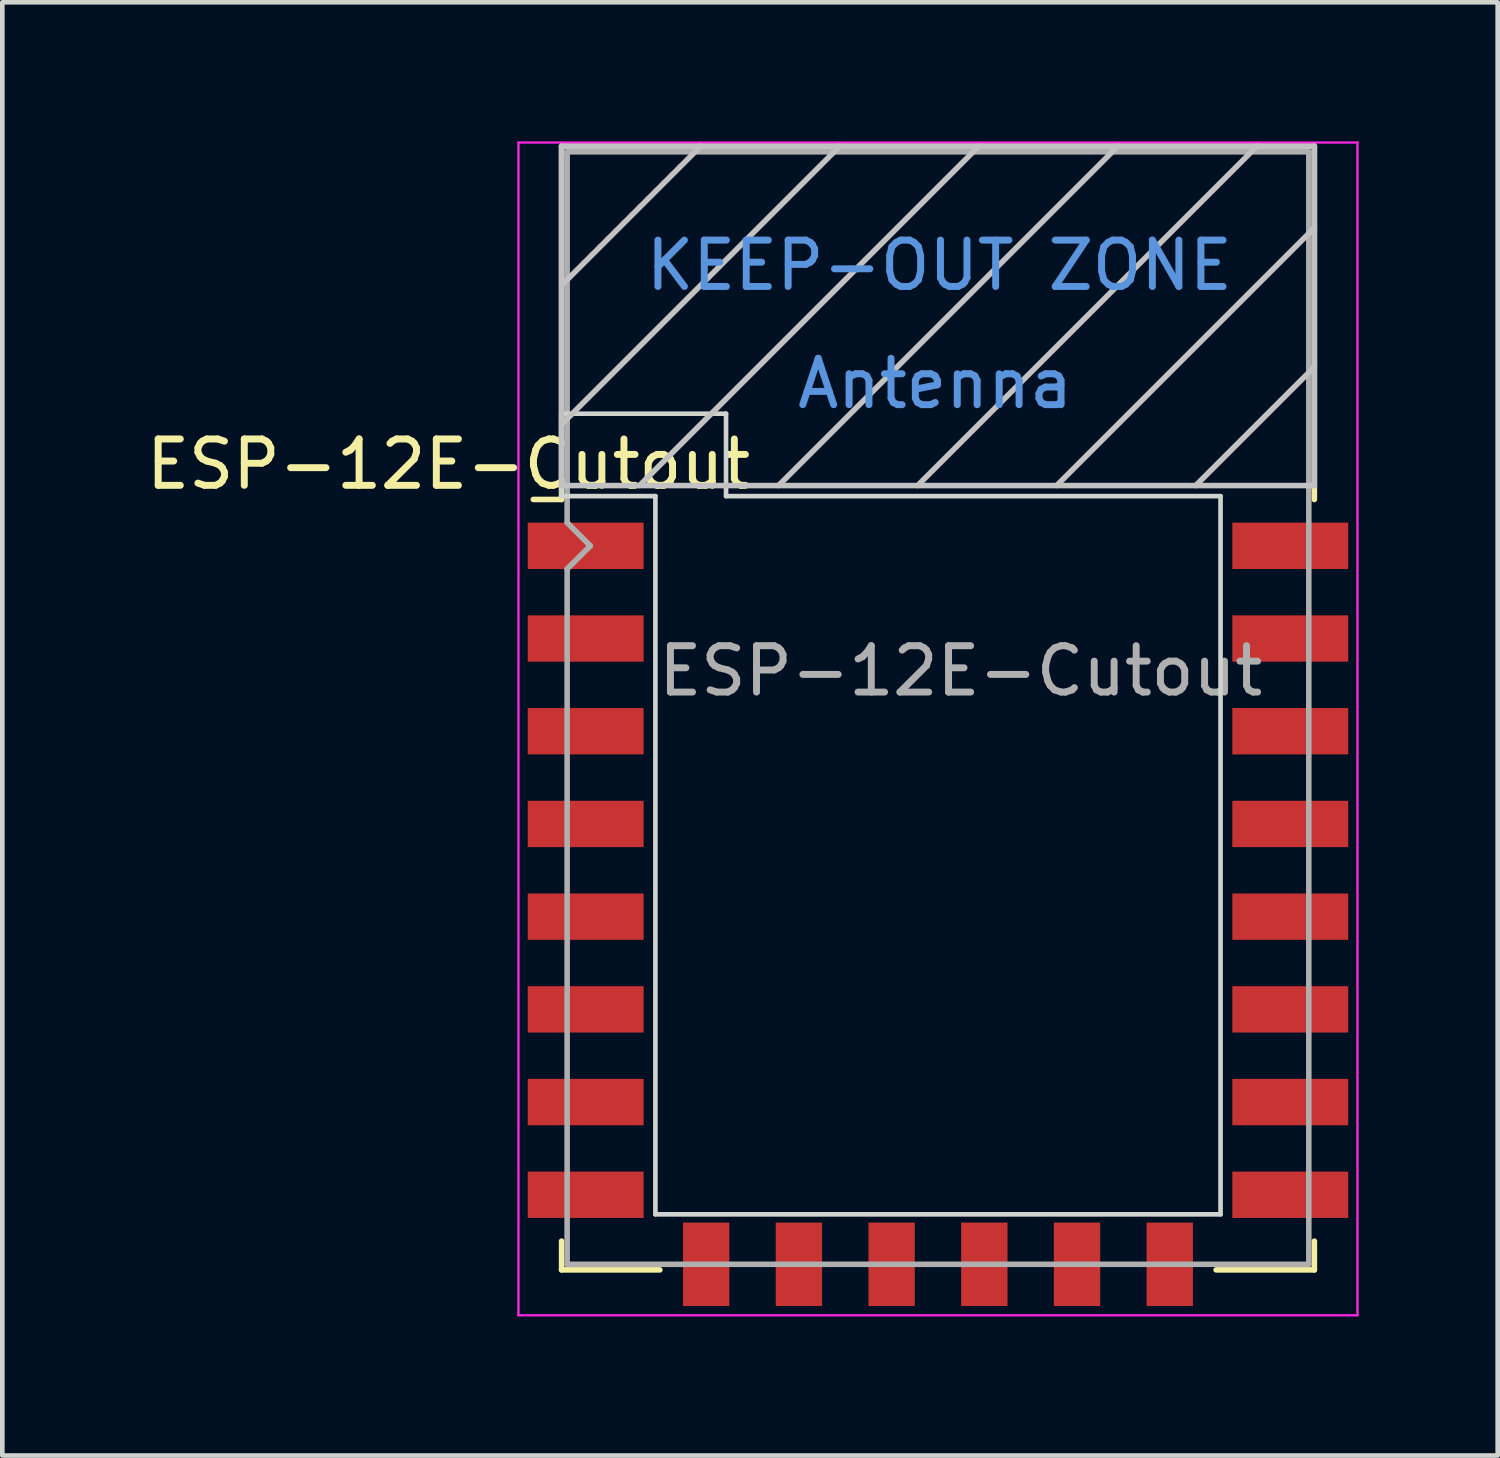
<source format=kicad_pcb>
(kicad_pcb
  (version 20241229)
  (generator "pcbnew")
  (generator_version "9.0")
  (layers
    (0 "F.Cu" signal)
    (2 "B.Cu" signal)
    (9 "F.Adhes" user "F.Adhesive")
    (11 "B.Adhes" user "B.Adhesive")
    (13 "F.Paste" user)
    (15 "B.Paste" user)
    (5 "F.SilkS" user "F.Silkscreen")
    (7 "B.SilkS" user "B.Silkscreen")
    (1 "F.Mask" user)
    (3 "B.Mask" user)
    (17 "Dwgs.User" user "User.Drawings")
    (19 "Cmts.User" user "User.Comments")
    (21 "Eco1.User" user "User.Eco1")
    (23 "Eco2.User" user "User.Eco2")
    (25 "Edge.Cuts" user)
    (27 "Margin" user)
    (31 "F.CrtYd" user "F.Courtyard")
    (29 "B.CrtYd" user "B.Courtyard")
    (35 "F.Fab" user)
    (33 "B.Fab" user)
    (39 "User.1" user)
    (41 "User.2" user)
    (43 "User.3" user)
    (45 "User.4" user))
  (footprint "ESP-12E-Cutout"
    (layer "F.Cu")
    (at 17.185 12.225)
    (property "Reference" "ESP-12E-Cutout" (at -10.56 -5.26 0) (layer "F.SilkS") (effects (font (size 1 1) (thickness 0.15))))
    (attr smd)
    (fp_line (start -8.12 -12.12) (end 8.12 -12.12) (stroke (width 0.12) (type solid)) (layer "F.SilkS"))
    (fp_line (start -8.12 -4.5) (end -8.73 -4.5) (stroke (width 0.12) (type solid)) (layer "F.SilkS"))
    (fp_line (start -8.12 -4.5) (end -8.12 -12.12) (stroke (width 0.12) (type solid)) (layer "F.SilkS"))
    (fp_line (start -8.12 12.12) (end -8.12 11.5) (stroke (width 0.12) (type solid)) (layer "F.SilkS"))
    (fp_line (start -6 12.12) (end -8.12 12.12) (stroke (width 0.12) (type solid)) (layer "F.SilkS"))
    (fp_line (start 8.12 -12.12) (end 8.12 -4.5) (stroke (width 0.12) (type solid)) (layer "F.SilkS"))
    (fp_line (start 8.12 11.5) (end 8.12 12.12) (stroke (width 0.12) (type solid)) (layer "F.SilkS"))
    (fp_line (start 8.12 12.12) (end 6 12.12) (stroke (width 0.12) (type solid)) (layer "F.SilkS"))
    (fp_line (start -8.12 -12.12) (end 8.12 -12.12) (stroke (width 0.12) (type solid)) (layer "Dwgs.User"))
    (fp_line (start -8.12 -9.12) (end -5.12 -12.12) (stroke (width 0.12) (type solid)) (layer "Dwgs.User"))
    (fp_line (start -8.12 -6.12) (end -2.12 -12.12) (stroke (width 0.12) (type solid)) (layer "Dwgs.User"))
    (fp_line (start -8.12 -4.8) (end -8.12 -12.12) (stroke (width 0.12) (type solid)) (layer "Dwgs.User"))
    (fp_line (start -6.44 -4.8) (end 0.88 -12.12) (stroke (width 0.12) (type solid)) (layer "Dwgs.User"))
    (fp_line (start -3.44 -4.8) (end 3.88 -12.12) (stroke (width 0.12) (type solid)) (layer "Dwgs.User"))
    (fp_line (start -0.44 -4.8) (end 6.88 -12.12) (stroke (width 0.12) (type solid)) (layer "Dwgs.User"))
    (fp_line (start 2.56 -4.8) (end 8.12 -10.36) (stroke (width 0.12) (type solid)) (layer "Dwgs.User"))
    (fp_line (start 5.56 -4.8) (end 8.12 -7.36) (stroke (width 0.12) (type solid)) (layer "Dwgs.User"))
    (fp_line (start 8.12 -12.12) (end 8.12 -4.8) (stroke (width 0.12) (type solid)) (layer "Dwgs.User"))
    (fp_line (start 8.12 -4.8) (end -8.12 -4.8) (stroke (width 0.12) (type solid)) (layer "Dwgs.User"))
    (fp_line (start -8.128 -6.35) (end -4.572 -6.35) (stroke (width 0.1) (type solid)) (layer "Edge.Cuts"))
    (fp_line (start -8.128 -4.572) (end -8.128 -6.35) (stroke (width 0.1) (type solid)) (layer "Edge.Cuts"))
    (fp_line (start -6.096 -4.572) (end -8.128 -4.572) (stroke (width 0.1) (type solid)) (layer "Edge.Cuts"))
    (fp_line (start -6.096 -4.572) (end -6.096 10.922) (stroke (width 0.1) (type solid)) (layer "Edge.Cuts"))
    (fp_line (start -6.096 10.922) (end 6.096 10.922) (stroke (width 0.1) (type solid)) (layer "Edge.Cuts"))
    (fp_line (start -4.572 -6.35) (end -4.572 -4.572) (stroke (width 0.1) (type solid)) (layer "Edge.Cuts"))
    (fp_line (start 6.096 -4.572) (end -4.572 -4.572) (stroke (width 0.1) (type solid)) (layer "Edge.Cuts"))
    (fp_line (start 6.096 10.922) (end 6.096 -4.572) (stroke (width 0.1) (type solid)) (layer "Edge.Cuts"))
    (fp_line (start -9.05 -12.2) (end 9.05 -12.2) (stroke (width 0.05) (type solid)) (layer "F.CrtYd"))
    (fp_line (start -9.05 13.1) (end -9.05 -12.2) (stroke (width 0.05) (type solid)) (layer "F.CrtYd"))
    (fp_line (start 9.05 -12.2) (end 9.05 13.1) (stroke (width 0.05) (type solid)) (layer "F.CrtYd"))
    (fp_line (start 9.05 13.1) (end -9.05 13.1) (stroke (width 0.05) (type solid)) (layer "F.CrtYd"))
    (fp_line (start -8 -12) (end 8 -12) (stroke (width 0.12) (type solid)) (layer "F.Fab"))
    (fp_line (start -8 -4) (end -8 -12) (stroke (width 0.12) (type solid)) (layer "F.Fab"))
    (fp_line (start -8 -3) (end -7.5 -3.5) (stroke (width 0.12) (type solid)) (layer "F.Fab"))
    (fp_line (start -8 12) (end -8 -3) (stroke (width 0.12) (type solid)) (layer "F.Fab"))
    (fp_line (start -7.5 -3.5) (end -8 -4) (stroke (width 0.12) (type solid)) (layer "F.Fab"))
    (fp_line (start 8 -12) (end 8 12) (stroke (width 0.12) (type solid)) (layer "F.Fab"))
    (fp_line (start 8 12) (end -8 12) (stroke (width 0.12) (type solid)) (layer "F.Fab"))
    (fp_text user "KEEP-OUT ZONE" (at 0.03 -9.55 180) (layer "Cmts.User") (effects (font (size 1 1) (thickness 0.15))))
    (fp_text user "Antenna" (at -0.06 -7 180) (layer "Cmts.User") (effects (font (size 1 1) (thickness 0.15))))
    (fp_text user "${REFERENCE}" (at 0.49 -0.8 0) (layer "F.Fab") (effects (font (size 1 1) (thickness 0.15))))
    (pad "1" smd rect (at 7.6 -3.5) (size 2.5 1) (layers "F.Cu" "F.Mask" "F.Paste"))
    (pad "2" smd rect (at 7.6 -1.5) (size 2.5 1) (layers "F.Cu" "F.Mask" "F.Paste"))
    (pad "3" smd rect (at 7.6 0.5) (size 2.5 1) (layers "F.Cu" "F.Mask" "F.Paste"))
    (pad "4" smd rect (at 7.6 2.5) (size 2.5 1) (layers "F.Cu" "F.Mask" "F.Paste"))
    (pad "5" smd rect (at 7.6 4.5) (size 2.5 1) (layers "F.Cu" "F.Mask" "F.Paste"))
    (pad "6" smd rect (at 7.6 6.5) (size 2.5 1) (layers "F.Cu" "F.Mask" "F.Paste"))
    (pad "7" smd rect (at 7.6 8.5) (size 2.5 1) (layers "F.Cu" "F.Mask" "F.Paste"))
    (pad "8" smd rect (at 7.6 10.5) (size 2.5 1) (layers "F.Cu" "F.Mask" "F.Paste"))
    (pad "9" smd rect (at 5 12) (size 1 1.8) (layers "F.Cu" "F.Mask" "F.Paste"))
    (pad "10" smd rect (at 3 12) (size 1 1.8) (layers "F.Cu" "F.Mask" "F.Paste"))
    (pad "11" smd rect (at 1 12) (size 1 1.8) (layers "F.Cu" "F.Mask" "F.Paste"))
    (pad "12" smd rect (at -1 12) (size 1 1.8) (layers "F.Cu" "F.Mask" "F.Paste"))
    (pad "13" smd rect (at -3 12) (size 1 1.8) (layers "F.Cu" "F.Mask" "F.Paste"))
    (pad "14" smd rect (at -5 12) (size 1 1.8) (layers "F.Cu" "F.Mask" "F.Paste"))
    (pad "15" smd rect (at -7.6 10.5) (size 2.5 1) (layers "F.Cu" "F.Mask" "F.Paste"))
    (pad "16" smd rect (at -7.6 8.5) (size 2.5 1) (layers "F.Cu" "F.Mask" "F.Paste"))
    (pad "17" smd rect (at -7.6 6.5) (size 2.5 1) (layers "F.Cu" "F.Mask" "F.Paste"))
    (pad "18" smd rect (at -7.6 4.5) (size 2.5 1) (layers "F.Cu" "F.Mask" "F.Paste"))
    (pad "19" smd rect (at -7.6 2.5) (size 2.5 1) (layers "F.Cu" "F.Mask" "F.Paste"))
    (pad "20" smd rect (at -7.6 0.5) (size 2.5 1) (layers "F.Cu" "F.Mask" "F.Paste"))
    (pad "21" smd rect (at -7.6 -1.5) (size 2.5 1) (layers "F.Cu" "F.Mask" "F.Paste"))
    (pad "22" smd rect (at -7.6 -3.5) (size 2.5 1) (layers "F.Cu" "F.Mask" "F.Paste")))
  (gr_rect
    (start -3 -3)
    (end 29.26 28.35)
    (stroke (width 0.1) (type default))
    (fill no)
    (layer "Edge.Cuts")))
</source>
